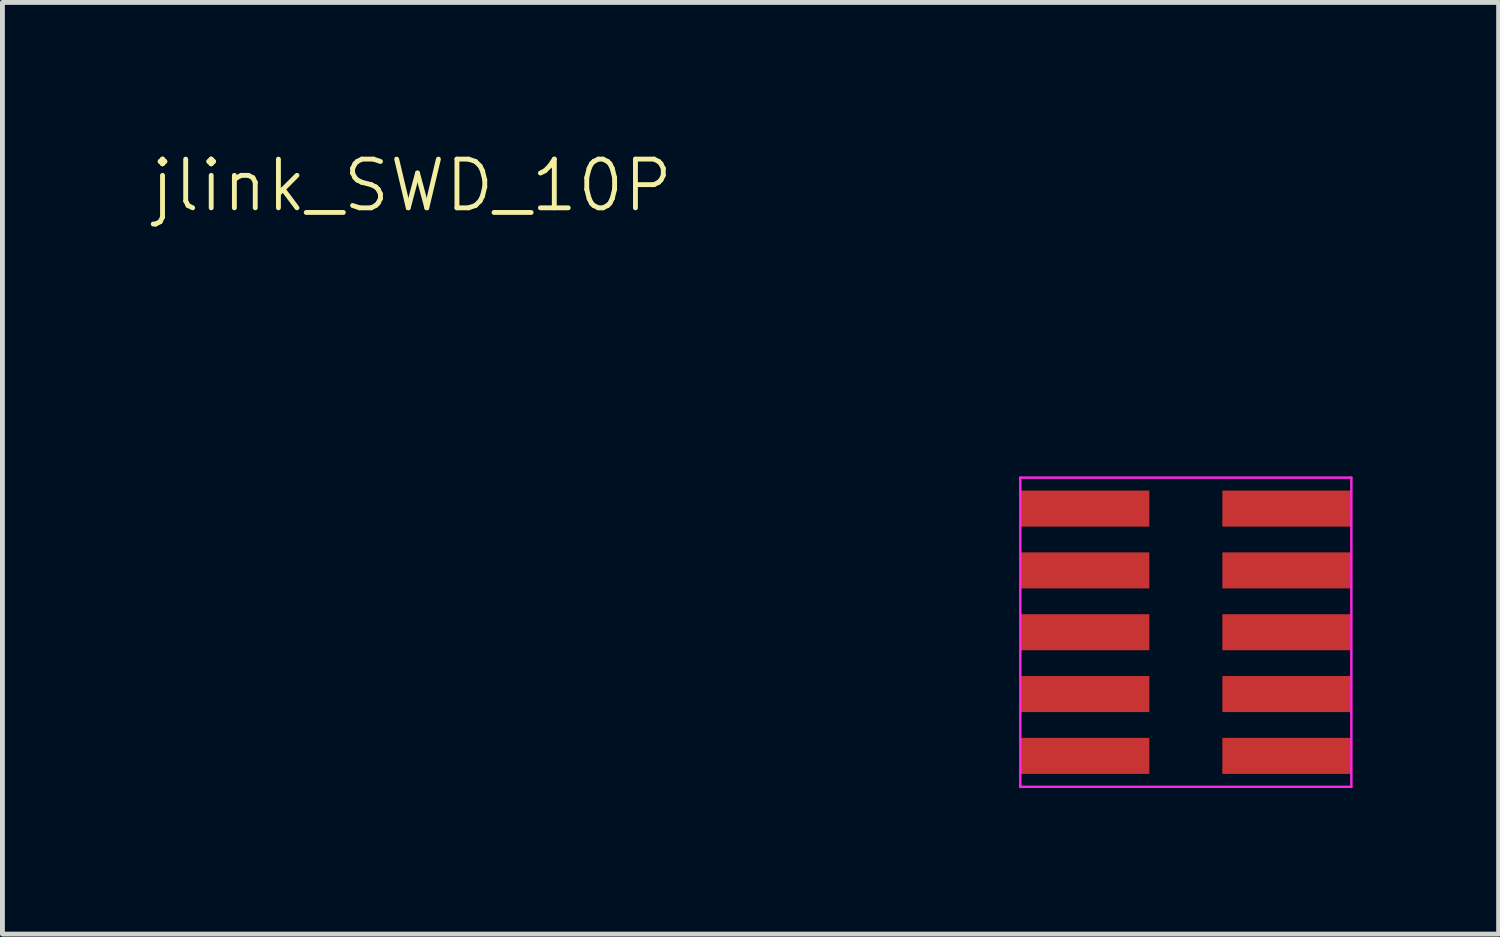
<source format=kicad_pcb>
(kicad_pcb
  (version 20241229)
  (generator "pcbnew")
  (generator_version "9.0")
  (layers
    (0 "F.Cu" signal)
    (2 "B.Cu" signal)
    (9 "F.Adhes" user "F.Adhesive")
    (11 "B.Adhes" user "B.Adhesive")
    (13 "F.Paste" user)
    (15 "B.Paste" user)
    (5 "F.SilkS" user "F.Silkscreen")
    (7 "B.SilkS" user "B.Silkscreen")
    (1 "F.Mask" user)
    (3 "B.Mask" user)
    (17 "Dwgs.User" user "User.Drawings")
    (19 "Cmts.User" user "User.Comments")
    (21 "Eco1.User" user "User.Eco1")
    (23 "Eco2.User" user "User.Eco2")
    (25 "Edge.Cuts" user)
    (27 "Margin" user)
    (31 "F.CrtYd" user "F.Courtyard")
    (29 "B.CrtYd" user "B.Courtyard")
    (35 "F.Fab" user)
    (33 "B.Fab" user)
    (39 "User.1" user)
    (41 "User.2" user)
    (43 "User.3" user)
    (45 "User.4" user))
  (footprint "jlink_SWD_10P"
    (layer "F.Cu")
    (at 17.907 6.761)
    (property "Reference" "jlink_SWD_10P" (at -12.5 -6 0) (unlocked yes) (layer "F.SilkS") (effects (font (size 1 1) (thickness 0.1))))
    (attr smd)
    (fp_line (start 0 0) (end 6.8 0) (stroke (width 0.05) (type default)) (layer "F.CrtYd"))
    (fp_line (start 0 6.35) (end 0 0) (stroke (width 0.05) (type default)) (layer "F.CrtYd"))
    (fp_line (start 6.8 0) (end 6.8 6.35) (stroke (width 0.05) (type default)) (layer "F.CrtYd"))
    (fp_line (start 6.8 6.35) (end 0 6.35) (stroke (width 0.05) (type default)) (layer "F.CrtYd"))
    (pad "1" smd rect (at 1.325 0.635) (size 2.65 0.74) (layers "F.Cu" "F.Mask" "F.Paste"))
    (pad "2" smd rect (at 5.475 0.635) (size 2.65 0.74) (layers "F.Cu" "F.Mask" "F.Paste"))
    (pad "3" smd rect (at 1.325 1.905) (size 2.65 0.74) (layers "F.Cu" "F.Mask" "F.Paste"))
    (pad "4" smd rect (at 5.475 1.905) (size 2.65 0.74) (layers "F.Cu" "F.Mask" "F.Paste"))
    (pad "5" smd rect (at 1.325 3.175) (size 2.65 0.74) (layers "F.Cu" "F.Mask" "F.Paste"))
    (pad "6" smd rect (at 5.475 3.175) (size 2.65 0.74) (layers "F.Cu" "F.Mask" "F.Paste"))
    (pad "7" smd rect (at 1.325 4.445) (size 2.65 0.74) (layers "F.Cu" "F.Mask" "F.Paste"))
    (pad "8" smd rect (at 5.475 4.445) (size 2.65 0.74) (layers "F.Cu" "F.Mask" "F.Paste"))
    (pad "9" smd rect (at 1.325 5.715) (size 2.65 0.74) (layers "F.Cu" "F.Mask" "F.Paste"))
    (pad "10" smd rect (at 5.475 5.715) (size 2.65 0.74) (layers "F.Cu" "F.Mask" "F.Paste")))
  (gr_rect
    (start -3 -3)
    (end 27.732 16.136)
    (stroke (width 0.1) (type default))
    (fill no)
    (layer "Edge.Cuts")))
</source>
